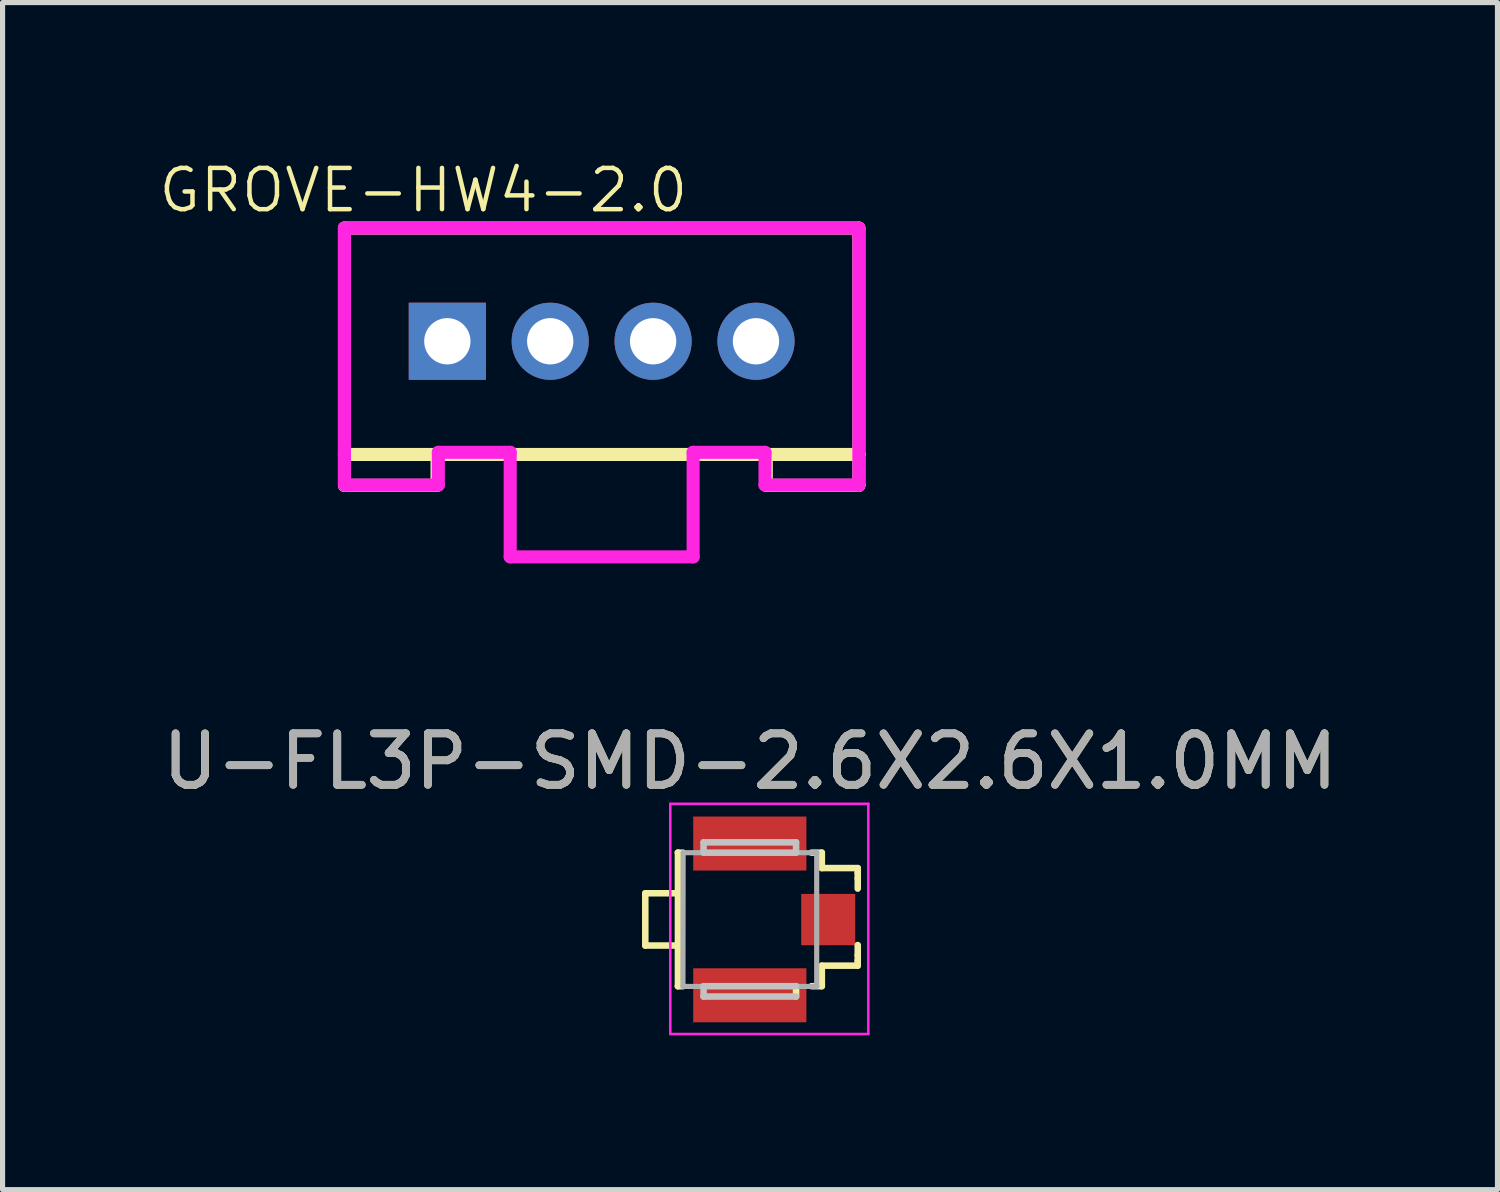
<source format=kicad_pcb>
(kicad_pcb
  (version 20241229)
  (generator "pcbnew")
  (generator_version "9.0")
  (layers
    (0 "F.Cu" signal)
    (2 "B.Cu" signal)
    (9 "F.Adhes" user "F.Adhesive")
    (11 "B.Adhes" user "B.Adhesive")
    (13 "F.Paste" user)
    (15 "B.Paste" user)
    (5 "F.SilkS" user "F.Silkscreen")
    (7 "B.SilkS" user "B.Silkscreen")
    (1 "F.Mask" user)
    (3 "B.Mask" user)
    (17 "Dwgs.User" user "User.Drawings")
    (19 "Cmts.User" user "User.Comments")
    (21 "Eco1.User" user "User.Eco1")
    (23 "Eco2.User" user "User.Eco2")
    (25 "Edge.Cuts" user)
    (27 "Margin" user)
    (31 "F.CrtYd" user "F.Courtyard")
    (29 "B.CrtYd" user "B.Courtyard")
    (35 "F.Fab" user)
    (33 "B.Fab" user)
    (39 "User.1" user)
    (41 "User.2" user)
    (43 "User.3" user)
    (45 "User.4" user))
  (footprint "U-FL3P-SMD-2.6X2.6X1.0MM"
    (layer "F.Cu")
    (at 11.53 14.826)
    (property "Reference" "U-FL3P-SMD-2.6X2.6X1.0MM" (at 0 -3.075 0) (layer "F.SilkS") (effects (font (size 1 1) (thickness 0.15))))
    (attr smd)
    (fp_line (start -2.036 -0.511) (end -2.036 0.505) (stroke (width 0.127) (type solid)) (layer "F.SilkS"))
    (fp_line (start -1.404 -1.301) (end -1.302 -1.301) (stroke (width 0.127) (type solid)) (layer "F.SilkS"))
    (fp_line (start -1.404 1.295) (end -1.302 1.295) (stroke (width 0.127) (type solid)) (layer "F.SilkS"))
    (fp_line (start -1.401 -0.511) (end -2.036 -0.511) (stroke (width 0.127) (type solid)) (layer "F.SilkS"))
    (fp_line (start -1.401 -0.511) (end -1.401 0.505) (stroke (width 0.066) (type solid)) (layer "F.SilkS"))
    (fp_line (start -1.401 0.505) (end -2.036 0.505) (stroke (width 0.127) (type solid)) (layer "F.SilkS"))
    (fp_line (start -1.401 1.297) (end -1.401 -1.303) (stroke (width 0.127) (type solid)) (layer "F.SilkS"))
    (fp_line (start 0.895 1.295) (end 0.895 1.496) (stroke (width 0.127) (type solid)) (layer "F.SilkS"))
    (fp_line (start 1.195 1.295) (end 1.396 1.295) (stroke (width 0.127) (type solid)) (layer "F.SilkS"))
    (fp_line (start 1.396 -1.301) (end 1.195 -1.301) (stroke (width 0.127) (type solid)) (layer "F.SilkS"))
    (fp_line (start 1.396 -1.001) (end 1.396 -1.301) (stroke (width 0.127) (type solid)) (layer "F.SilkS"))
    (fp_line (start 1.396 0.896) (end 2.094 0.896) (stroke (width 0.127) (type solid)) (layer "F.SilkS"))
    (fp_line (start 1.396 1.295) (end 1.396 0.896) (stroke (width 0.127) (type solid)) (layer "F.SilkS"))
    (fp_line (start 2.094 -1.001) (end 1.396 -1.001) (stroke (width 0.127) (type solid)) (layer "F.SilkS"))
    (fp_line (start 2.094 -0.902) (end 2.094 -1.001) (stroke (width 0.127) (type solid)) (layer "F.SilkS"))
    (fp_line (start 2.094 -0.801) (end 2.094 -0.902) (stroke (width 0.127) (type solid)) (layer "F.SilkS"))
    (fp_line (start 2.094 -0.602) (end 2.094 -0.801) (stroke (width 0.127) (type solid)) (layer "F.SilkS"))
    (fp_line (start 2.094 0.696) (end 2.094 0.495) (stroke (width 0.127) (type solid)) (layer "F.SilkS"))
    (fp_line (start 2.094 0.795) (end 2.094 0.696) (stroke (width 0.127) (type solid)) (layer "F.SilkS"))
    (fp_line (start 2.094 0.896) (end 2.094 0.795) (stroke (width 0.127) (type solid)) (layer "F.SilkS"))
    (fp_line (start -0.903 -1.502) (end 0.895 -1.502) (stroke (width 0.127) (type solid)) (layer "Dwgs.User"))
    (fp_line (start -0.903 -1.301) (end -0.903 -1.502) (stroke (width 0.127) (type solid)) (layer "Dwgs.User"))
    (fp_line (start -0.903 -1.301) (end 0.895 -1.301) (stroke (width 0.127) (type solid)) (layer "Dwgs.User"))
    (fp_line (start -0.903 1.496) (end -0.903 1.295) (stroke (width 0.127) (type solid)) (layer "Dwgs.User"))
    (fp_line (start 0.895 -1.502) (end 0.895 -1.301) (stroke (width 0.127) (type solid)) (layer "Dwgs.User"))
    (fp_line (start 0.895 1.295) (end -0.903 1.295) (stroke (width 0.127) (type solid)) (layer "Dwgs.User"))
    (fp_line (start 0.895 1.496) (end -0.903 1.496) (stroke (width 0.127) (type solid)) (layer "Dwgs.User"))
    (fp_line (start -1.55 -2.25) (end -1.55 2.225) (stroke (width 0.05) (type solid)) (layer "F.CrtYd"))
    (fp_line (start 2.3 -2.25) (end -1.55 -2.25) (stroke (width 0.05) (type solid)) (layer "F.CrtYd"))
    (fp_line (start 2.3 -2.25) (end 2.3 2.225) (stroke (width 0.05) (type solid)) (layer "F.CrtYd"))
    (fp_line (start 2.3 2.225) (end -1.55 2.225) (stroke (width 0.05) (type solid)) (layer "F.CrtYd"))
    (fp_line (start -1.304 1.3) (end -1.3 -1.3) (stroke (width 0.1) (type solid)) (layer "F.Fab"))
    (fp_line (start 1.296 1.297) (end 1.296 -1.303) (stroke (width 0.1) (type solid)) (layer "F.Fab"))
    (fp_line (start 1.3 -1.3) (end -1.3 -1.3) (stroke (width 0.1) (type solid)) (layer "F.Fab"))
    (fp_line (start 1.3 1.3) (end -1.3 1.3) (stroke (width 0.1) (type solid)) (layer "F.Fab"))
    (fp_text user "${REFERENCE}" (at 0 -3.075 0) (layer "F.Fab") (effects (font (size 1 1) (thickness 0.15))))
    (pad "1" smd rect (at -0.004 1.472 180) (size 2.2 1.05) (layers "F.Cu" "F.Mask" "F.Paste"))
    (pad "2" smd rect (at -0.004 -1.478 180) (size 2.2 1.05) (layers "F.Cu" "F.Mask" "F.Paste"))
    (pad "3" smd rect (at 1.52 0) (size 1.05 0.998) (layers "F.Cu" "F.Mask" "F.Paste")))
  (footprint "GROVE-HW4-2.0"
    (layer "F.Cu")
    (at 8.646 3.584)
    (property "Reference" "GROVE-HW4-2.0" (at 1.727 -3.404 180) (layer "F.SilkS") (effects (font (size 0.802 0.802) (thickness 0.087)) (justify right top)))
    (fp_line (start -5 -2.2) (end -5 2.2) (stroke (width 0.254) (type solid)) (layer "F.SilkS"))
    (fp_line (start -5 -2.2) (end 5 -2.2) (stroke (width 0.254) (type solid)) (layer "F.SilkS"))
    (fp_line (start -5 -1) (end -5 1) (stroke (width 0.127) (type solid)) (layer "F.SilkS"))
    (fp_line (start -5 2.2) (end -5 2.8) (stroke (width 0.254) (type solid)) (layer "F.SilkS"))
    (fp_line (start -5 2.2) (end -3.2 2.2) (stroke (width 0.254) (type solid)) (layer "F.SilkS"))
    (fp_line (start -5 2.8) (end -3.2 2.8) (stroke (width 0.254) (type solid)) (layer "F.SilkS"))
    (fp_line (start -3.2 2.2) (end 3.2 2.2) (stroke (width 0.254) (type solid)) (layer "F.SilkS"))
    (fp_line (start -3.2 2.8) (end -3.2 2.2) (stroke (width 0.254) (type solid)) (layer "F.SilkS"))
    (fp_line (start 3.2 2.2) (end 3.2 2.8) (stroke (width 0.254) (type solid)) (layer "F.SilkS"))
    (fp_line (start 3.2 2.2) (end 5 2.2) (stroke (width 0.254) (type solid)) (layer "F.SilkS"))
    (fp_line (start 3.2 2.8) (end 5 2.8) (stroke (width 0.254) (type solid)) (layer "F.SilkS"))
    (fp_line (start 5 2.2) (end 5 -2.2) (stroke (width 0.254) (type solid)) (layer "F.SilkS"))
    (fp_line (start 5 2.8) (end 5 2.2) (stroke (width 0.254) (type solid)) (layer "F.SilkS"))
    (fp_line (start -5 -2.2) (end 5 -2.2) (stroke (width 0.254) (type solid)) (layer "F.CrtYd"))
    (fp_line (start -5 2.8) (end -5 -2.2) (stroke (width 0.254) (type solid)) (layer "F.CrtYd"))
    (fp_line (start -4.953 2.794) (end -3.175 2.794) (stroke (width 0.254) (type solid)) (layer "F.CrtYd"))
    (fp_line (start -3.175 2.159) (end -1.778 2.159) (stroke (width 0.254) (type solid)) (layer "F.CrtYd"))
    (fp_line (start -3.175 2.794) (end -3.175 2.159) (stroke (width 0.254) (type solid)) (layer "F.CrtYd"))
    (fp_line (start -1.778 2.159) (end -1.778 4.191) (stroke (width 0.254) (type solid)) (layer "F.CrtYd"))
    (fp_line (start -1.778 4.191) (end 1.778 4.191) (stroke (width 0.254) (type solid)) (layer "F.CrtYd"))
    (fp_line (start 1.778 2.159) (end 3.175 2.159) (stroke (width 0.254) (type solid)) (layer "F.CrtYd"))
    (fp_line (start 1.778 4.191) (end 1.778 2.159) (stroke (width 0.254) (type solid)) (layer "F.CrtYd"))
    (fp_line (start 3.175 2.159) (end 3.175 2.794) (stroke (width 0.254) (type solid)) (layer "F.CrtYd"))
    (fp_line (start 3.175 2.794) (end 4.953 2.794) (stroke (width 0.254) (type solid)) (layer "F.CrtYd"))
    (fp_line (start 5 -2.2) (end 5 2.8) (stroke (width 0.254) (type solid)) (layer "F.CrtYd"))
    (pad "1" thru_hole rect (at -3 0) (size 1.5 1.5) (drill 0.9) (layers "*.Cu" "*.Mask"))
    (pad "2" thru_hole circle (at -1 0) (size 1.5 1.5) (drill 0.9) (layers "*.Cu" "*.Mask"))
    (pad "3" thru_hole circle (at 1 0) (size 1.5 1.5) (drill 0.9) (layers "*.Cu" "*.Mask"))
    (pad "4" thru_hole circle (at 3 0) (size 1.5 1.5) (drill 0.9) (layers "*.Cu" "*.Mask")))
  (gr_rect
    (start -3 -3)
    (end 26.06 20.076)
    (stroke (width 0.1) (type default))
    (fill no)
    (layer "Edge.Cuts")))
</source>
